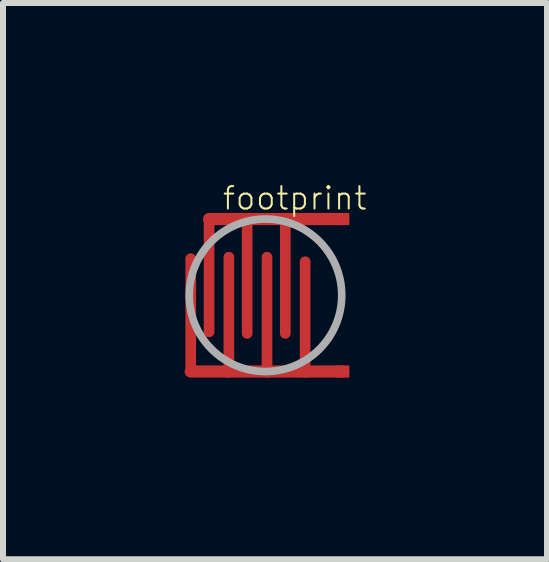
<source format=kicad_pcb>
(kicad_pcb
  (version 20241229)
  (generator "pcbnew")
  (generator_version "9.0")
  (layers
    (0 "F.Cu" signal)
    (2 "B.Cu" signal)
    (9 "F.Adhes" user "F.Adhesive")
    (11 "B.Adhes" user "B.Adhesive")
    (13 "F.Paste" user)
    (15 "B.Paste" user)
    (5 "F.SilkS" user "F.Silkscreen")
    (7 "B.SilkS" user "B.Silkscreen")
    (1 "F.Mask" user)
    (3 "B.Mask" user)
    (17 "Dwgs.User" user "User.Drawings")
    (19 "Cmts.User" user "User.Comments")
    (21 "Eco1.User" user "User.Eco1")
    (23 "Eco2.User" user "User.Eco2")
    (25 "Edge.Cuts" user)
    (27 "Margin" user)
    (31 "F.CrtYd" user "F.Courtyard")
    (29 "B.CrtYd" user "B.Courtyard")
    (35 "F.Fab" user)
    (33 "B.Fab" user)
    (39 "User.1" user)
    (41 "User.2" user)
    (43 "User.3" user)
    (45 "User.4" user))
  (footprint "footprint"
    (layer "F.Cu")
    (at 1.397 1.868)
    (property "Reference" "footprint" (at -0.762 -1.397 0) (layer "F.SilkS") (effects (font (size 0.374 0.374) (thickness 0.033)) (justify left bottom)))
    (fp_line (start -1.27 -0.61) (end -1.27 1.27) (stroke (width 0.178) (type solid)) (layer "F.Cu"))
    (fp_line (start -1.27 1.27) (end -0.635 1.27) (stroke (width 0.203) (type solid)) (layer "F.Cu"))
    (fp_line (start -0.965 -1.27) (end -0.33 -1.27) (stroke (width 0.203) (type solid)) (layer "F.Cu"))
    (fp_line (start -0.965 0.61) (end -0.965 -1.27) (stroke (width 0.178) (type solid)) (layer "F.Cu"))
    (fp_line (start -0.635 -0.635) (end -0.635 1.27) (stroke (width 0.178) (type solid)) (layer "F.Cu"))
    (fp_line (start -0.635 1.27) (end 0 1.27) (stroke (width 0.203) (type solid)) (layer "F.Cu"))
    (fp_line (start -0.33 -1.27) (end 0.305 -1.27) (stroke (width 0.203) (type solid)) (layer "F.Cu"))
    (fp_line (start -0.33 0.635) (end -0.33 -1.27) (stroke (width 0.178) (type solid)) (layer "F.Cu"))
    (fp_line (start 0 -0.635) (end 0 1.27) (stroke (width 0.178) (type solid)) (layer "F.Cu"))
    (fp_line (start 0 1.27) (end 0.635 1.27) (stroke (width 0.203) (type solid)) (layer "F.Cu"))
    (fp_line (start 0.305 -1.27) (end 1.27 -1.27) (stroke (width 0.203) (type solid)) (layer "F.Cu"))
    (fp_line (start 0.305 0.635) (end 0.305 -1.27) (stroke (width 0.178) (type solid)) (layer "F.Cu"))
    (fp_line (start 0.635 -0.559) (end 0.635 1.27) (stroke (width 0.178) (type solid)) (layer "F.Cu"))
    (fp_line (start 0.635 1.27) (end 1.27 1.27) (stroke (width 0.203) (type solid)) (layer "F.Cu"))
    (fp_poly (pts (xy -1.397 1.397) (xy 1.397 1.397) (xy 1.397 -1.397) (xy -1.397 -1.397)) (stroke (width 0) (type solid)) (fill yes) (layer "F.Mask"))
    (fp_circle (center -0.025 0) (end 1.245 0) (stroke (width 0.127) (type solid)) (fill no) (layer "F.Fab"))
    (pad "1" smd rect (at 1.27 -1.27) (size 0.203 0.203) (layers "F.Cu"))
    (pad "2" smd rect (at 1.27 1.27) (size 0.203 0.203) (layers "F.Cu")))
  (gr_rect
    (start -3 -3)
    (end 6.061 6.265)
    (stroke (width 0.1) (type default))
    (fill no)
    (layer "Edge.Cuts")))
</source>
